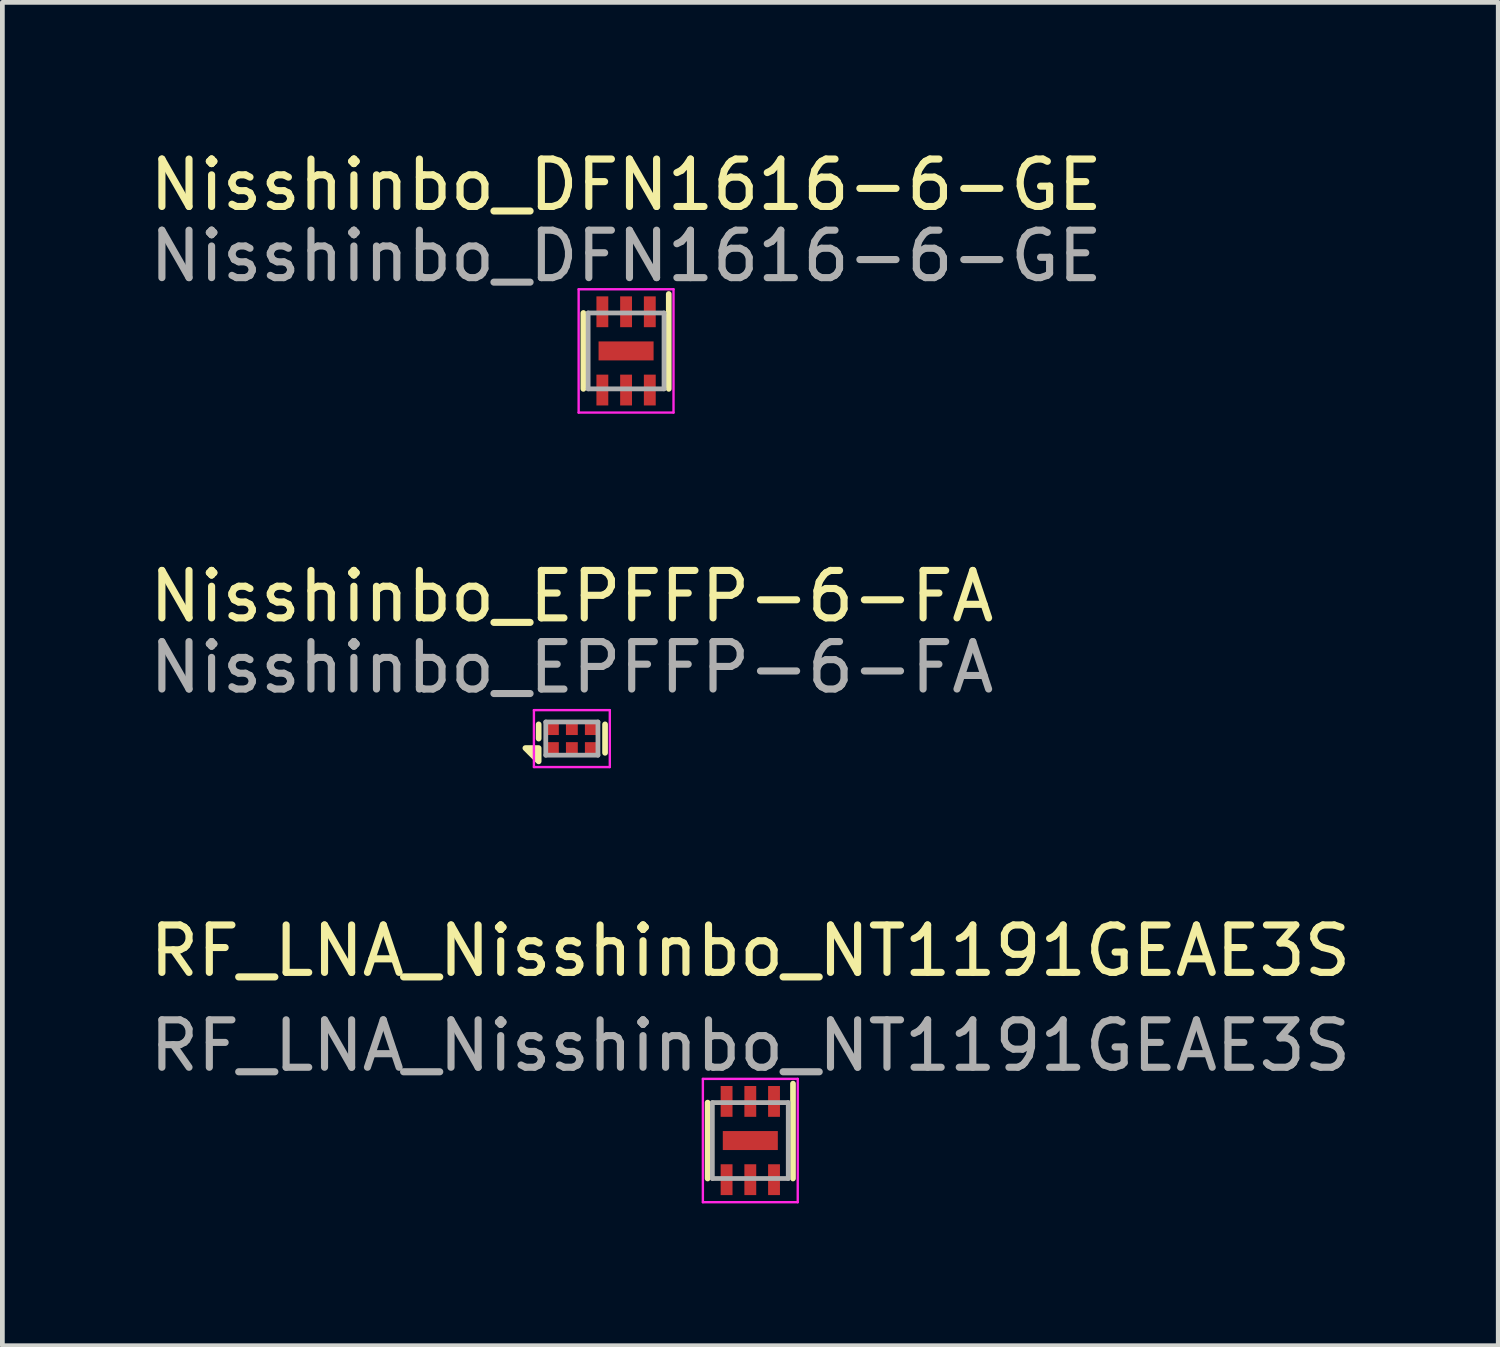
<source format=kicad_pcb>
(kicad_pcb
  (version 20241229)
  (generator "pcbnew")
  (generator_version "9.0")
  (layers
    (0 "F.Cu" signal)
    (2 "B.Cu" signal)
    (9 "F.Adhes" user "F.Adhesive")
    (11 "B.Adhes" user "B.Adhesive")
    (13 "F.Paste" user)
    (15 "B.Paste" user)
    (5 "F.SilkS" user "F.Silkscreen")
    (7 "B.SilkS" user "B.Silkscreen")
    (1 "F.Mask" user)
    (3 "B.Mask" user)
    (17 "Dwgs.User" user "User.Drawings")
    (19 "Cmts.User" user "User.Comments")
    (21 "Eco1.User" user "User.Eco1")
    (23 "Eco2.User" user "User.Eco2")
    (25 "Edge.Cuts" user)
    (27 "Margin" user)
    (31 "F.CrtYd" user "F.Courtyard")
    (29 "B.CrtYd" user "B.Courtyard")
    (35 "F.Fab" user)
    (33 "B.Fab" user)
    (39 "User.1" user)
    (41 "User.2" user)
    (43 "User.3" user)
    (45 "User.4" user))
  (footprint "Nisshinbo_DFN1616-6-GE"
    (layer "F.Cu")
    (at 10.149 4.348)
    (property "Reference" "Nisshinbo_DFN1616-6-GE" (at 0 -3.5 0) (unlocked yes) (layer "F.SilkS") (effects (font (size 1 1) (thickness 0.15))))
    (attr smd)
    (fp_rect (start -0.675 -1.2) (end -0.325 -0.45) (stroke (width 0) (type solid)) (fill yes) (layer "F.Mask"))
    (fp_rect (start -0.675 0.45) (end -0.325 1.2) (stroke (width 0) (type solid)) (fill yes) (layer "F.Mask"))
    (fp_rect (start -0.63 -0.25) (end 0.63 0.25) (stroke (width 0) (type solid)) (fill yes) (layer "F.Mask"))
    (fp_rect (start -0.175 -1.2) (end 0.175 -0.45) (stroke (width 0) (type solid)) (fill yes) (layer "F.Mask"))
    (fp_rect (start -0.175 0.45) (end 0.175 1.2) (stroke (width 0) (type solid)) (fill yes) (layer "F.Mask"))
    (fp_rect (start 0.325 -1.2) (end 0.675 -0.45) (stroke (width 0) (type solid)) (fill yes) (layer "F.Mask"))
    (fp_rect (start 0.325 0.45) (end 0.675 1.2) (stroke (width 0) (type solid)) (fill yes) (layer "F.Mask"))
    (fp_line (start -0.9 -0.8) (end -0.9 0.8) (stroke (width 0.12) (type solid)) (layer "F.SilkS"))
    (fp_line (start 0.9 0.8) (end 0.9 -1.2) (stroke (width 0.12) (type solid)) (layer "F.SilkS"))
    (fp_rect (start -0.45 -0.2) (end 0.45 0.2) (stroke (width 0) (type solid)) (fill yes) (layer "F.Paste"))
    (fp_line (start -1 -1.3) (end 1 -1.3) (stroke (width 0.05) (type solid)) (layer "F.CrtYd"))
    (fp_line (start -1 1.3) (end -1 -1.3) (stroke (width 0.05) (type solid)) (layer "F.CrtYd"))
    (fp_line (start 1 -1.3) (end 1 1.3) (stroke (width 0.05) (type solid)) (layer "F.CrtYd"))
    (fp_line (start 1 1.3) (end -1 1.3) (stroke (width 0.05) (type solid)) (layer "F.CrtYd"))
    (fp_line (start -0.8 -0.8) (end -0.8 0.8) (stroke (width 0.1) (type solid)) (layer "F.Fab"))
    (fp_line (start -0.8 0.8) (end 0.8 0.8) (stroke (width 0.1) (type solid)) (layer "F.Fab"))
    (fp_line (start 0.8 -0.8) (end -0.8 -0.8) (stroke (width 0.1) (type solid)) (layer "F.Fab"))
    (fp_line (start 0.8 0.8) (end 0.8 -0.8) (stroke (width 0.1) (type solid)) (layer "F.Fab"))
    (fp_text user "${REFERENCE}" (at 0 -2 0) (unlocked yes) (layer "F.Fab") (effects (font (size 1 1) (thickness 0.15))))
    (pad "1" smd rect (at 0.5 -0.825) (size 0.25 0.65) (layers "F.Cu" "F.Paste"))
    (pad "2" smd rect (at 0 -0.825) (size 0.25 0.65) (layers "F.Cu" "F.Paste"))
    (pad "3" smd rect (at -0.5 -0.825) (size 0.25 0.65) (layers "F.Cu" "F.Paste"))
    (pad "4" smd rect (at -0.5 0.825) (size 0.25 0.65) (layers "F.Cu" "F.Paste"))
    (pad "5" smd rect (at 0 0.825) (size 0.25 0.65) (layers "F.Cu" "F.Paste"))
    (pad "6" smd rect (at 0.5 0.825) (size 0.25 0.65) (layers "F.Cu" "F.Paste"))
    (pad "7" smd rect (at 0 0) (size 1.16 0.4) (layers "F.Cu"))
    (zone (net_name "") (layer "F.Cu") (hatch edge 0.508) (connect_pads) (min_thickness 0.254) (filled_areas_thickness no) (keepout (tracks allowed) (vias allowed) (pads allowed) (copperpour not_allowed) (footprints allowed)) (placement (enabled no)) (fill) (polygon (pts (xy 10.949 4.148) (xy 9.349 4.148) (xy 9.349 3.548) (xy 10.949 3.548))))
    (zone (net_name "") (layer "F.Cu") (hatch edge 0.508) (connect_pads) (min_thickness 0.254) (filled_areas_thickness no) (keepout (tracks allowed) (vias allowed) (pads allowed) (copperpour not_allowed) (footprints allowed)) (placement (enabled no)) (fill) (polygon (pts (xy 10.949 5.148) (xy 9.349 5.148) (xy 9.349 4.548) (xy 10.949 4.548)))))
  (footprint "RF_LNA_Nisshinbo_NT1191GEAE3S"
    (layer "F.Cu")
    (at 12.768 20.995)
    (property "Reference" "RF_LNA_Nisshinbo_NT1191GEAE3S" (at 0 -4 0) (unlocked yes) (layer "F.SilkS") (effects (font (size 1 1) (thickness 0.15))))
    (attr smd)
    (fp_rect (start -0.675 -1.2) (end -0.325 -0.45) (stroke (width 0) (type solid)) (fill yes) (layer "F.Mask"))
    (fp_rect (start -0.675 0.45) (end -0.325 1.2) (stroke (width 0) (type solid)) (fill yes) (layer "F.Mask"))
    (fp_rect (start -0.63 -0.25) (end 0.63 0.25) (stroke (width 0) (type solid)) (fill yes) (layer "F.Mask"))
    (fp_rect (start -0.175 -1.2) (end 0.175 -0.45) (stroke (width 0) (type solid)) (fill yes) (layer "F.Mask"))
    (fp_rect (start -0.175 0.45) (end 0.175 1.2) (stroke (width 0) (type solid)) (fill yes) (layer "F.Mask"))
    (fp_rect (start 0.325 -1.2) (end 0.675 -0.45) (stroke (width 0) (type solid)) (fill yes) (layer "F.Mask"))
    (fp_rect (start 0.325 0.45) (end 0.675 1.2) (stroke (width 0) (type solid)) (fill yes) (layer "F.Mask"))
    (fp_line (start -0.9 -0.8) (end -0.9 0.8) (stroke (width 0.12) (type solid)) (layer "F.SilkS"))
    (fp_line (start 0.9 0.8) (end 0.9 -1.2) (stroke (width 0.12) (type solid)) (layer "F.SilkS"))
    (fp_rect (start -0.45 -0.2) (end 0.45 0.2) (stroke (width 0) (type solid)) (fill yes) (layer "F.Paste"))
    (fp_line (start -1 -1.3) (end 1 -1.3) (stroke (width 0.05) (type default)) (layer "F.CrtYd"))
    (fp_line (start -1 1.3) (end -1 -1.3) (stroke (width 0.05) (type default)) (layer "F.CrtYd"))
    (fp_line (start 1 -1.3) (end 1 1.3) (stroke (width 0.05) (type default)) (layer "F.CrtYd"))
    (fp_line (start 1 1.3) (end -1 1.3) (stroke (width 0.05) (type default)) (layer "F.CrtYd"))
    (fp_line (start -0.8 -0.8) (end -0.8 0.8) (stroke (width 0.1) (type default)) (layer "F.Fab"))
    (fp_line (start -0.8 0.8) (end 0.8 0.8) (stroke (width 0.1) (type default)) (layer "F.Fab"))
    (fp_line (start 0.8 -0.8) (end -0.8 -0.8) (stroke (width 0.1) (type default)) (layer "F.Fab"))
    (fp_line (start 0.8 0.8) (end 0.8 -0.8) (stroke (width 0.1) (type default)) (layer "F.Fab"))
    (fp_text user "${REFERENCE}" (at 0 -2 0) (unlocked yes) (layer "F.Fab") (effects (font (size 1 1) (thickness 0.15))))
    (pad "1" smd rect (at 0.5 -0.825) (size 0.25 0.65) (layers "F.Cu" "F.Paste"))
    (pad "2" smd rect (at 0 -0.825) (size 0.25 0.65) (layers "F.Cu" "F.Paste"))
    (pad "3" smd rect (at -0.5 -0.825) (size 0.25 0.65) (layers "F.Cu" "F.Paste"))
    (pad "4" smd rect (at -0.5 0.825) (size 0.25 0.65) (layers "F.Cu" "F.Paste"))
    (pad "5" smd rect (at 0 0.825) (size 0.25 0.65) (layers "F.Cu" "F.Paste"))
    (pad "6" smd rect (at 0.5 0.825) (size 0.25 0.65) (layers "F.Cu" "F.Paste"))
    (pad "7" smd rect (at 0 0) (size 1.16 0.4) (layers "F.Cu"))
    (zone (net_name "") (layer "F.Cu") (hatch edge 0.508) (connect_pads) (min_thickness 0.254) (filled_areas_thickness no) (keepout (tracks allowed) (vias allowed) (pads allowed) (copperpour not_allowed) (footprints allowed)) (placement (enabled no)) (fill) (polygon (pts (xy 13.568 20.795) (xy 11.968 20.795) (xy 11.968 20.195) (xy 13.568 20.195))))
    (zone (net_name "") (layer "F.Cu") (hatch edge 0.508) (connect_pads) (min_thickness 0.254) (filled_areas_thickness no) (keepout (tracks allowed) (vias allowed) (pads allowed) (copperpour not_allowed) (footprints allowed)) (placement (enabled no)) (fill) (polygon (pts (xy 13.568 21.795) (xy 11.968 21.795) (xy 11.968 21.195) (xy 13.568 21.195)))))
  (footprint "Nisshinbo_EPFFP-6-FA"
    (layer "F.Cu")
    (at 9.006 12.521)
    (property "Reference" "Nisshinbo_EPFFP-6-FA" (at 0 -3 0) (unlocked yes) (layer "F.SilkS") (effects (font (size 1 1) (thickness 0.15))))
    (attr smd)
    (fp_rect (start -0.575 -0.375) (end 0.575 0.375) (stroke (width 0) (type solid)) (fill yes) (layer "F.Mask"))
    (fp_line (start -0.7 0) (end -0.7 -0.3) (stroke (width 0.12) (type solid)) (layer "F.SilkS"))
    (fp_line (start 0.7 0.3) (end 0.7 -0.3) (stroke (width 0.12) (type solid)) (layer "F.SilkS"))
    (fp_poly (pts (xy -0.7 0.2) (xy -0.7 0.48) (xy -0.98 0.2) (xy -0.7 0.2)) (stroke (width 0.12) (type solid)) (fill yes) (layer "F.SilkS"))
    (fp_circle (center -0.4 -0.2) (end -0.275 -0.2) (stroke (width 0) (type solid)) (fill yes) (layer "F.Paste"))
    (fp_circle (center -0.4 0.2) (end -0.275 0.2) (stroke (width 0) (type solid)) (fill yes) (layer "F.Paste"))
    (fp_circle (center 0 -0.2) (end 0.125 -0.2) (stroke (width 0) (type solid)) (fill yes) (layer "F.Paste"))
    (fp_circle (center 0 0.2) (end 0.125 0.2) (stroke (width 0) (type solid)) (fill yes) (layer "F.Paste"))
    (fp_circle (center 0.4 -0.2) (end 0.525 -0.2) (stroke (width 0) (type solid)) (fill yes) (layer "F.Paste"))
    (fp_circle (center 0.4 0.2) (end 0.525 0.2) (stroke (width 0) (type solid)) (fill yes) (layer "F.Paste"))
    (fp_line (start -0.8 0.6) (end -0.8 -0.6) (stroke (width 0.05) (type solid)) (layer "F.CrtYd"))
    (fp_line (start 0.8 -0.6) (end -0.8 -0.6) (stroke (width 0.05) (type solid)) (layer "F.CrtYd"))
    (fp_line (start 0.8 0.6) (end -0.8 0.6) (stroke (width 0.05) (type solid)) (layer "F.CrtYd"))
    (fp_line (start 0.8 0.6) (end 0.8 -0.6) (stroke (width 0.05) (type solid)) (layer "F.CrtYd"))
    (fp_line (start -0.55 -0.35) (end -0.55 0.35) (stroke (width 0.1) (type solid)) (layer "F.Fab"))
    (fp_line (start 0.55 -0.35) (end -0.55 -0.35) (stroke (width 0.1) (type solid)) (layer "F.Fab"))
    (fp_line (start 0.55 -0.35) (end 0.55 0.35) (stroke (width 0.1) (type solid)) (layer "F.Fab"))
    (fp_line (start 0.55 0.35) (end -0.55 0.35) (stroke (width 0.1) (type solid)) (layer "F.Fab"))
    (fp_text user "${REFERENCE}" (at 0 -1.5 0) (unlocked yes) (layer "F.Fab") (effects (font (size 1 1) (thickness 0.15))))
    (pad "1" smd rect (at -0.4 0.2) (size 0.25 0.25) (layers "F.Cu"))
    (pad "2" smd rect (at 0 0.2) (size 0.25 0.25) (layers "F.Cu"))
    (pad "3" smd rect (at 0.4 0.2) (size 0.25 0.25) (layers "F.Cu"))
    (pad "4" smd rect (at 0.4 -0.2) (size 0.25 0.25) (layers "F.Cu"))
    (pad "5" smd rect (at 0 -0.2) (size 0.25 0.25) (layers "F.Cu"))
    (pad "6" smd rect (at -0.4 -0.2) (size 0.25 0.25) (layers "F.Cu")))
  (gr_rect
    (start -3 -3)
    (end 28.536 25.32)
    (stroke (width 0.1) (type default))
    (fill no)
    (layer "Edge.Cuts")))
</source>
